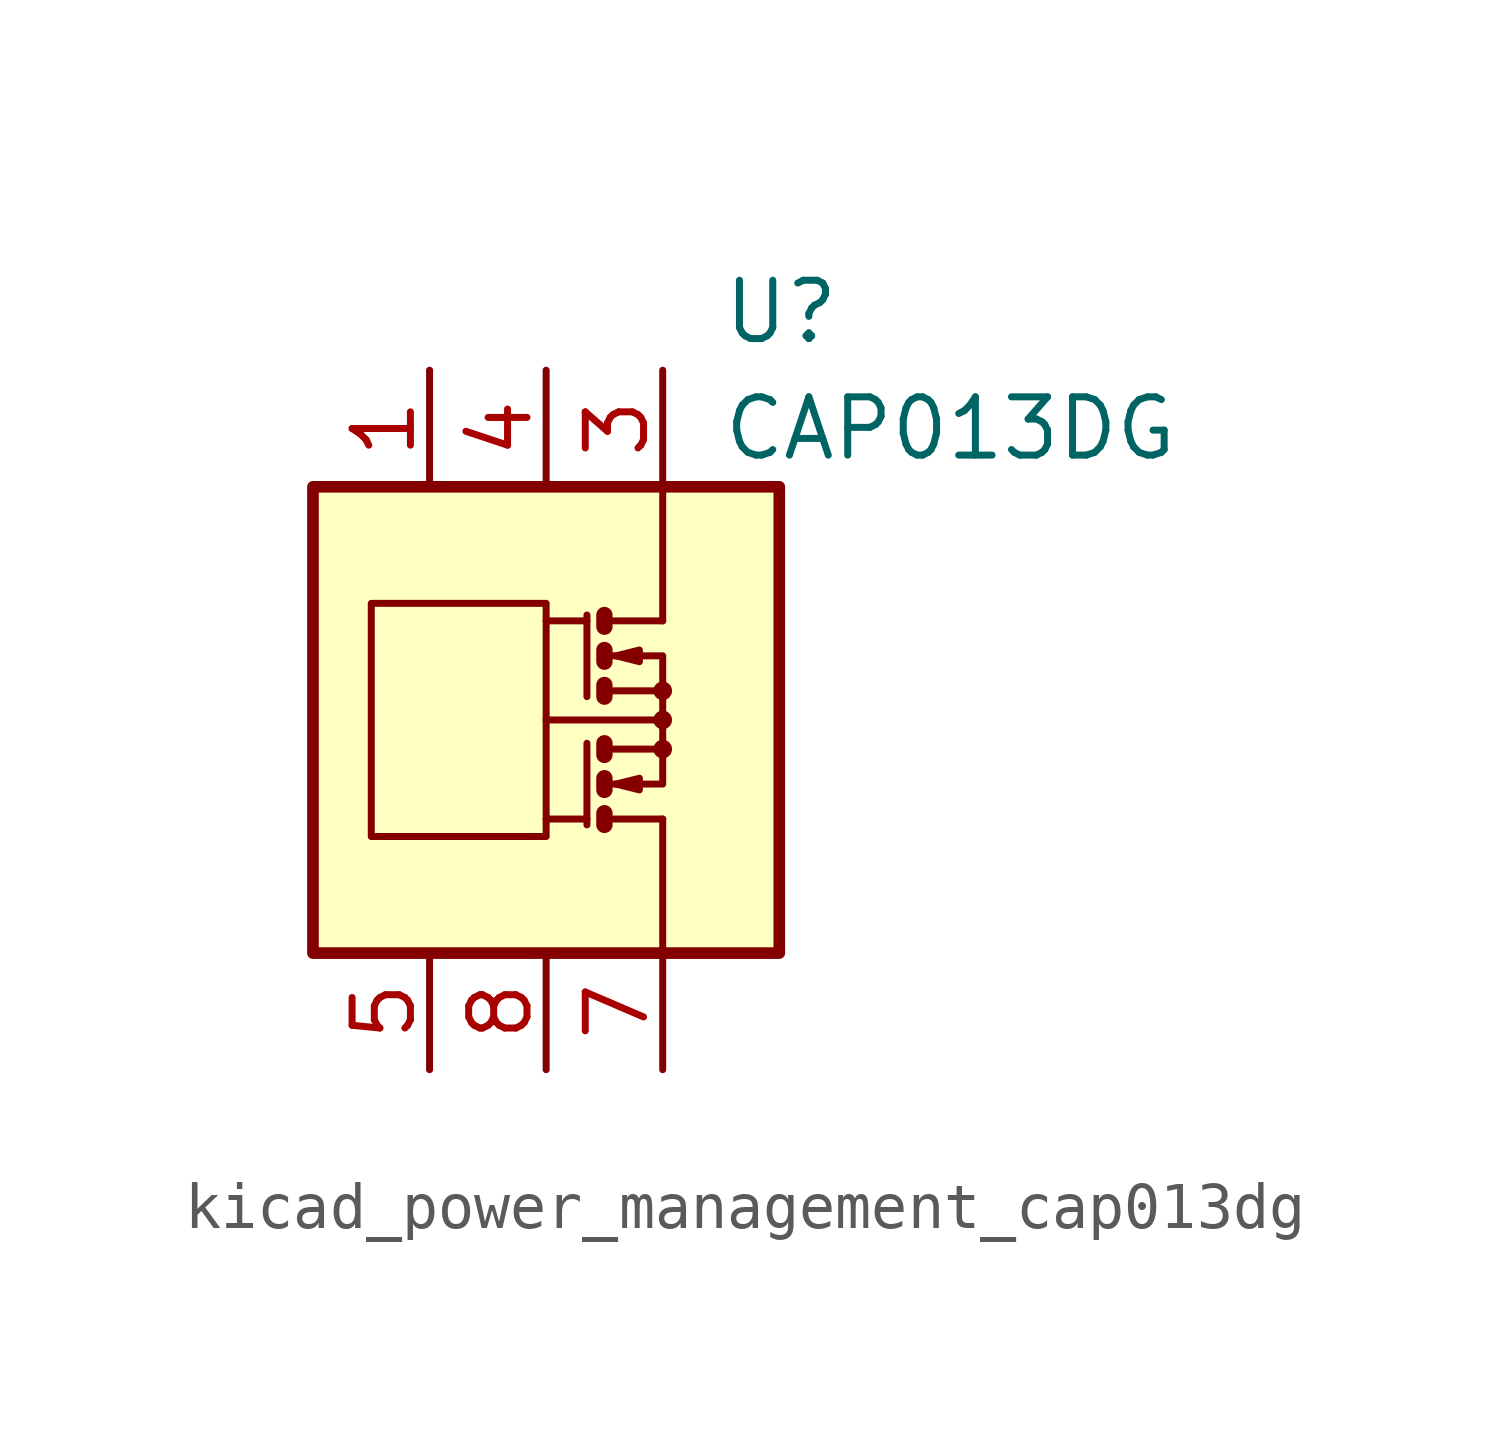
<source format=kicad_sym>
(kicad_symbol_lib
  (version 20220914)
  (generator kicad_symbol_editor)
  (symbol "kicad_power_management_cap013dg"
    (pin_names
      (offset 1.27))
    (property "Reference" "U"
      (at 3.81 8.89 0)
      (effects (font (size 1.27 1.27)) (justify left)))
    (property "Value" "CAP013DG"
      (at 3.81 6.35 0)
      (effects (font (size 1.27 1.27)) (justify left)))
    (symbol "kicad_power_management_cap013dg_0_1"
      (rectangle (start -5.08 5.08) (end 5.08 -5.08) (stroke (width 0.254) (type default)) (fill (type background)))
      (rectangle (start -3.81 2.54) (end 0 -2.54) (stroke (width 0) (type default)) (fill (type none)))
      (polyline (pts (xy 0.889 -2.159) (xy 0 -2.159)) (stroke (width 0) (type default)) (fill (type none)))
      (polyline (pts (xy 0.889 -0.508) (xy 0.889 -2.286)) (stroke (width 0) (type default)) (fill (type none)))
      (polyline (pts (xy 0.889 2.159) (xy 0 2.159)) (stroke (width 0) (type default)) (fill (type none)))
      (polyline (pts (xy 0.889 2.286) (xy 0.889 0.508)) (stroke (width 0) (type default)) (fill (type none)))
      (polyline (pts (xy 1.27 -2.159) (xy 2.54 -2.159)) (stroke (width 0) (type default)) (fill (type none)))
      (polyline (pts (xy 1.27 2.159) (xy 2.54 2.159)) (stroke (width 0) (type default)) (fill (type none)))
      (polyline (pts (xy 2.413 0) (xy 0 0)) (stroke (width 0) (type default)) (fill (type none)))
      (polyline (pts (xy 2.54 -2.159) (xy 2.54 -5.08)) (stroke (width 0) (type default)) (fill (type none)))
      (polyline (pts (xy 1.27 -2.032) (xy 1.27 -2.286) (xy 1.27 -2.286)) (stroke (width 0.356) (type default)) (fill (type none)))
      (polyline (pts (xy 1.27 -1.27) (xy 1.27 -1.524) (xy 1.27 -1.524)) (stroke (width 0.356) (type default)) (fill (type none)))
      (polyline (pts (xy 1.27 0.762) (xy 1.27 0.508) (xy 1.27 0.508)) (stroke (width 0.356) (type default)) (fill (type none)))
      (polyline (pts (xy 1.27 1.524) (xy 1.27 1.27) (xy 1.27 1.27)) (stroke (width 0.356) (type default)) (fill (type none)))
      (polyline (pts (xy 1.27 2.286) (xy 1.27 2.032) (xy 1.27 2.032)) (stroke (width 0.356) (type default)) (fill (type none)))
      (polyline (pts (xy 1.397 -1.397) (xy 2.54 -1.397) (xy 2.54 -0.635)) (stroke (width 0) (type default)) (fill (type none)))
      (polyline (pts (xy 1.397 1.397) (xy 2.54 1.397) (xy 2.54 0.635)) (stroke (width 0) (type default)) (fill (type none)))
      (polyline (pts (xy 2.54 2.159) (xy 2.54 5.08) (xy 2.54 3.175)) (stroke (width 0) (type default)) (fill (type none)))
      (polyline (pts (xy 1.397 -0.635) (xy 2.54 -0.635) (xy 2.54 0.635) (xy 1.397 0.635)) (stroke (width 0) (type default)) (fill (type none)))
      (polyline (pts (xy 1.524 -1.397) (xy 2.032 -1.27) (xy 2.032 -1.524) (xy 1.524 -1.397)) (stroke (width 0) (type default)) (fill (type none)))
      (polyline (pts (xy 1.524 1.397) (xy 2.032 1.524) (xy 2.032 1.27) (xy 1.524 1.397)) (stroke (width 0) (type default)) (fill (type none)))
      (circle (center 2.54 -0.635) (radius 0.127) (stroke (width 0) (type default)) (fill (type none)))
      (circle (center 2.54 0) (radius 0.127) (stroke (width 0) (type default)) (fill (type none)))
      (circle (center 2.54 0.635) (radius 0.127) (stroke (width 0) (type default)) (fill (type none))))
    (symbol "kicad_power_management_cap013dg_1_1"
      (polyline (pts (xy 1.27 -0.508) (xy 1.27 -0.762)) (stroke (width 0.356) (type default)) (fill (type none)))
      (pin passive line (at -2.54 7.62 270) (length 2.54) (name "~" (effects (font (size 1.27 1.27)))) (number "1" (effects (font (size 1.27 1.27)))))
      (pin passive line (at 2.54 7.62 270) (length 2.54) hide (name "~" (effects (font (size 1.27 1.27)))) (number "2" (effects (font (size 1.27 1.27)))))
      (pin passive line (at 2.54 7.62 270) (length 2.54) (name "~" (effects (font (size 1.27 1.27)))) (number "3" (effects (font (size 1.27 1.27)))))
      (pin passive line (at 0 7.62 270) (length 2.54) (name "~" (effects (font (size 1.27 1.27)))) (number "4" (effects (font (size 1.27 1.27)))))
      (pin passive line (at -2.54 -7.62 90) (length 2.54) (name "~" (effects (font (size 1.27 1.27)))) (number "5" (effects (font (size 1.27 1.27)))))
      (pin passive line (at 2.54 -7.62 90) (length 2.54) hide (name "~" (effects (font (size 1.27 1.27)))) (number "6" (effects (font (size 1.27 1.27)))))
      (pin passive line (at 2.54 -7.62 90) (length 2.54) (name "~" (effects (font (size 1.27 1.27)))) (number "7" (effects (font (size 1.27 1.27)))))
      (pin passive line (at 0 -7.62 90) (length 2.54) (name "~" (effects (font (size 1.27 1.27)))) (number "8" (effects (font (size 1.27 1.27))))))))
</source>
